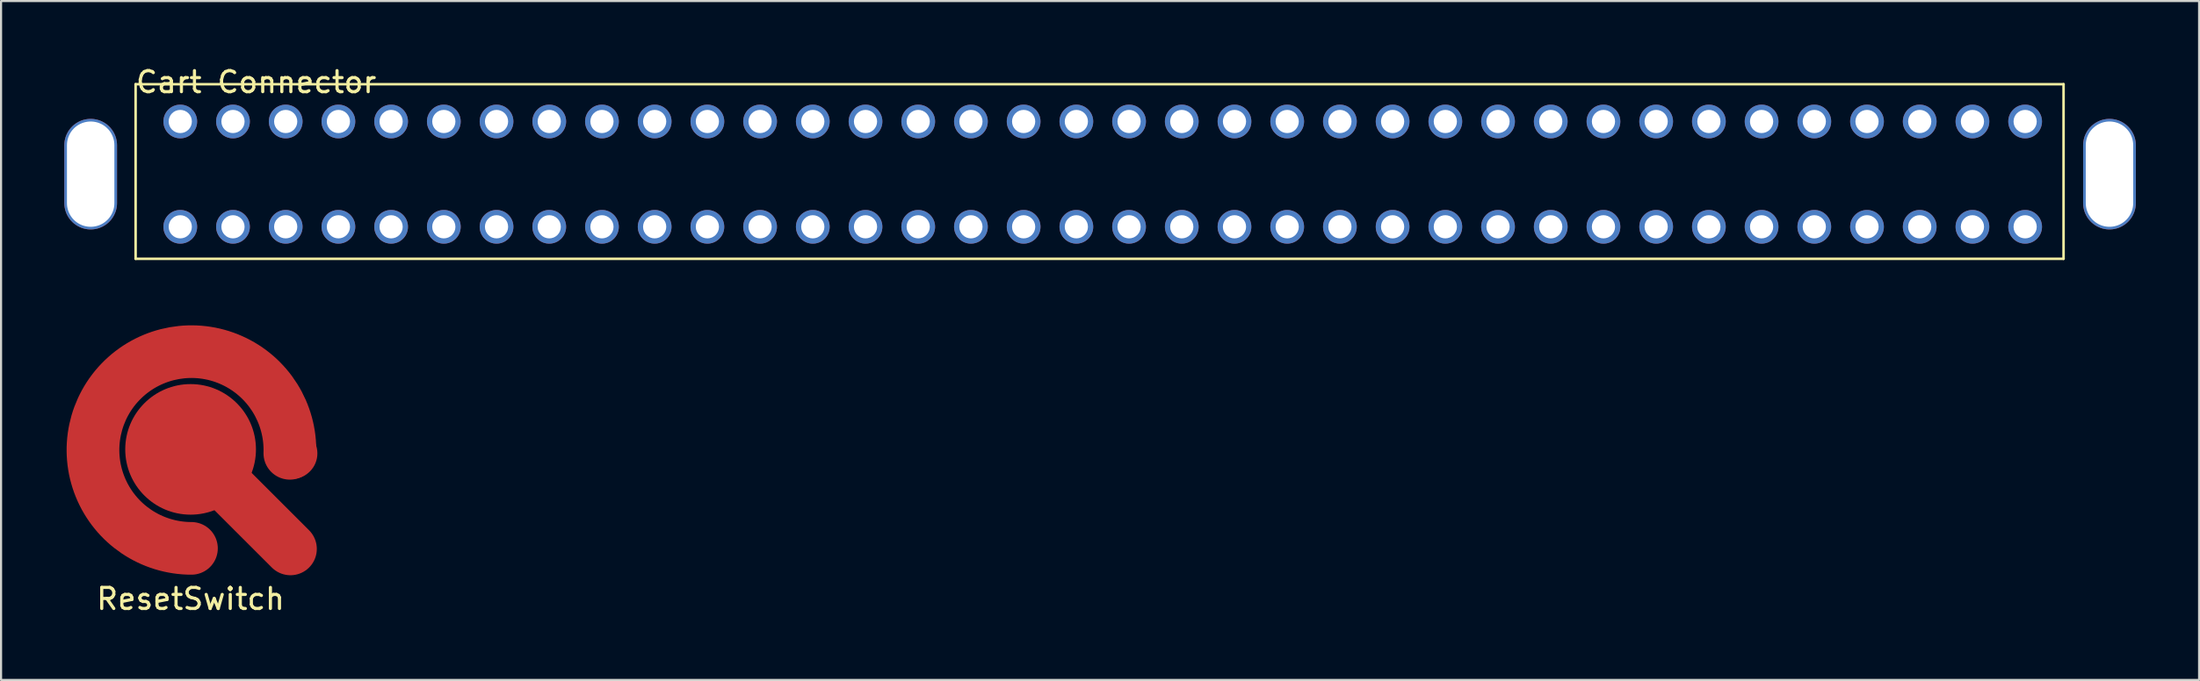
<source format=kicad_pcb>
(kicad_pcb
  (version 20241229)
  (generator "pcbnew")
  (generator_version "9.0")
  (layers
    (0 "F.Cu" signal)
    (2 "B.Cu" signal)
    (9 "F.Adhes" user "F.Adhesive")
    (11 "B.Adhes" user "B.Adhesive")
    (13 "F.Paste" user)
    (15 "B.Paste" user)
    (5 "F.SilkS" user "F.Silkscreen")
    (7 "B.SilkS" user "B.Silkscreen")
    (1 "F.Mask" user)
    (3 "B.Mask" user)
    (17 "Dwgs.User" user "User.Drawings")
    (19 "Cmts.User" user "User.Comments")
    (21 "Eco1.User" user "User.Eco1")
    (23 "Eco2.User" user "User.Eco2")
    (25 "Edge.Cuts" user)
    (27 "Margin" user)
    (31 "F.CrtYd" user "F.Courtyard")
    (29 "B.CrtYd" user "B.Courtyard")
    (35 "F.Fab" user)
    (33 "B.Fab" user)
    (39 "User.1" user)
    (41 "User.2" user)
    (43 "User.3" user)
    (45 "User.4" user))
  (footprint "Cart Connector"
    (layer "F.Cu")
    (at 5.5 7.719)
    (property "Reference" "Cart Connector" (at 3.602 -6.871 0) (layer "F.SilkS") (effects (font (size 1 1) (thickness 0.15))))
    (attr through_hole)
    (fp_line (start -2.118 -6.771) (end -2.118 1.519) (stroke (width 0.12) (type solid)) (layer "F.SilkS"))
    (fp_line (start -2.118 1.519) (end 89.322 1.519) (stroke (width 0.12) (type solid)) (layer "F.SilkS"))
    (fp_line (start 89.322 -6.771) (end -2.118 -6.771) (stroke (width 0.12) (type solid)) (layer "F.SilkS"))
    (fp_line (start 89.322 1.519) (end 89.322 -6.771) (stroke (width 0.12) (type solid)) (layer "F.SilkS"))
    (pad "1" thru_hole circle (at 0 -5) (size 1.6 1.6) (drill 1.1) (layers "*.Cu" "*.Mask"))
    (pad "2" thru_hole circle (at 2.5 -5) (size 1.6 1.6) (drill 1.1) (layers "*.Cu" "*.Mask"))
    (pad "3" thru_hole circle (at 5 -5) (size 1.6 1.6) (drill 1.1) (layers "*.Cu" "*.Mask"))
    (pad "4" thru_hole circle (at 7.5 -5) (size 1.6 1.6) (drill 1.1) (layers "*.Cu" "*.Mask"))
    (pad "5" thru_hole circle (at 10 -5) (size 1.6 1.6) (drill 1.1) (layers "*.Cu" "*.Mask"))
    (pad "6" thru_hole circle (at 12.5 -5) (size 1.6 1.6) (drill 1.1) (layers "*.Cu" "*.Mask"))
    (pad "7" thru_hole circle (at 15 -5) (size 1.6 1.6) (drill 1.1) (layers "*.Cu" "*.Mask"))
    (pad "8" thru_hole circle (at 17.5 -5) (size 1.6 1.6) (drill 1.1) (layers "*.Cu" "*.Mask"))
    (pad "9" thru_hole circle (at 20 -5) (size 1.6 1.6) (drill 1.1) (layers "*.Cu" "*.Mask"))
    (pad "10" thru_hole circle (at 22.5 -5) (size 1.6 1.6) (drill 1.1) (layers "*.Cu" "*.Mask"))
    (pad "11" thru_hole circle (at 25 -5) (size 1.6 1.6) (drill 1.1) (layers "*.Cu" "*.Mask"))
    (pad "12" thru_hole circle (at 27.5 -5) (size 1.6 1.6) (drill 1.1) (layers "*.Cu" "*.Mask"))
    (pad "13" thru_hole circle (at 30 -5) (size 1.6 1.6) (drill 1.1) (layers "*.Cu" "*.Mask"))
    (pad "14" thru_hole circle (at 32.5 -5) (size 1.6 1.6) (drill 1.1) (layers "*.Cu" "*.Mask"))
    (pad "15" thru_hole circle (at 35 -5) (size 1.6 1.6) (drill 1.1) (layers "*.Cu" "*.Mask"))
    (pad "16" thru_hole circle (at 37.5 -5) (size 1.6 1.6) (drill 1.1) (layers "*.Cu" "*.Mask"))
    (pad "17" thru_hole circle (at 40 -5) (size 1.6 1.6) (drill 1.1) (layers "*.Cu" "*.Mask"))
    (pad "18" thru_hole circle (at 42.5 -5) (size 1.6 1.6) (drill 1.1) (layers "*.Cu" "*.Mask"))
    (pad "19" thru_hole circle (at 45 -5) (size 1.6 1.6) (drill 1.1) (layers "*.Cu" "*.Mask"))
    (pad "20" thru_hole circle (at 47.5 -5) (size 1.6 1.6) (drill 1.1) (layers "*.Cu" "*.Mask"))
    (pad "21" thru_hole circle (at 50 -5) (size 1.6 1.6) (drill 1.1) (layers "*.Cu" "*.Mask"))
    (pad "22" thru_hole circle (at 52.5 -5) (size 1.6 1.6) (drill 1.1) (layers "*.Cu" "*.Mask"))
    (pad "23" thru_hole circle (at 55 -5) (size 1.6 1.6) (drill 1.1) (layers "*.Cu" "*.Mask"))
    (pad "24" thru_hole circle (at 57.5 -5) (size 1.6 1.6) (drill 1.1) (layers "*.Cu" "*.Mask"))
    (pad "25" thru_hole circle (at 60 -5) (size 1.6 1.6) (drill 1.1) (layers "*.Cu" "*.Mask"))
    (pad "26" thru_hole circle (at 62.5 -5) (size 1.6 1.6) (drill 1.1) (layers "*.Cu" "*.Mask"))
    (pad "27" thru_hole circle (at 65 -5) (size 1.6 1.6) (drill 1.1) (layers "*.Cu" "*.Mask"))
    (pad "28" thru_hole circle (at 67.5 -5) (size 1.6 1.6) (drill 1.1) (layers "*.Cu" "*.Mask"))
    (pad "29" thru_hole circle (at 70 -5) (size 1.6 1.6) (drill 1.1) (layers "*.Cu" "*.Mask"))
    (pad "30" thru_hole circle (at 72.5 -5) (size 1.6 1.6) (drill 1.1) (layers "*.Cu" "*.Mask"))
    (pad "31" thru_hole circle (at 75 -5) (size 1.6 1.6) (drill 1.1) (layers "*.Cu" "*.Mask"))
    (pad "32" thru_hole circle (at 77.5 -5) (size 1.6 1.6) (drill 1.1) (layers "*.Cu" "*.Mask"))
    (pad "33" thru_hole circle (at 80 -5) (size 1.6 1.6) (drill 1.1) (layers "*.Cu" "*.Mask"))
    (pad "34" thru_hole circle (at 82.5 -5) (size 1.6 1.6) (drill 1.1) (layers "*.Cu" "*.Mask"))
    (pad "35" thru_hole circle (at 85 -5) (size 1.6 1.6) (drill 1.1) (layers "*.Cu" "*.Mask"))
    (pad "36" thru_hole circle (at 87.5 -5) (size 1.6 1.6) (drill 1.1) (layers "*.Cu" "*.Mask"))
    (pad "37" thru_hole circle (at 0 0) (size 1.6 1.6) (drill 1.1) (layers "*.Cu" "*.Mask"))
    (pad "38" thru_hole circle (at 2.5 0) (size 1.6 1.6) (drill 1.1) (layers "*.Cu" "*.Mask"))
    (pad "39" thru_hole circle (at 5 0) (size 1.6 1.6) (drill 1.1) (layers "*.Cu" "*.Mask"))
    (pad "40" thru_hole circle (at 7.5 0) (size 1.6 1.6) (drill 1.1) (layers "*.Cu" "*.Mask"))
    (pad "41" thru_hole circle (at 10 0) (size 1.6 1.6) (drill 1.1) (layers "*.Cu" "*.Mask"))
    (pad "42" thru_hole circle (at 12.5 0) (size 1.6 1.6) (drill 1.1) (layers "*.Cu" "*.Mask"))
    (pad "43" thru_hole circle (at 15 0) (size 1.6 1.6) (drill 1.1) (layers "*.Cu" "*.Mask"))
    (pad "44" thru_hole circle (at 17.5 0) (size 1.6 1.6) (drill 1.1) (layers "*.Cu" "*.Mask"))
    (pad "45" thru_hole circle (at 20 0) (size 1.6 1.6) (drill 1.1) (layers "*.Cu" "*.Mask"))
    (pad "46" thru_hole circle (at 22.5 0) (size 1.6 1.6) (drill 1.1) (layers "*.Cu" "*.Mask"))
    (pad "47" thru_hole circle (at 25 0) (size 1.6 1.6) (drill 1.1) (layers "*.Cu" "*.Mask"))
    (pad "48" thru_hole circle (at 27.5 0) (size 1.6 1.6) (drill 1.1) (layers "*.Cu" "*.Mask"))
    (pad "49" thru_hole circle (at 30 0) (size 1.6 1.6) (drill 1.1) (layers "*.Cu" "*.Mask"))
    (pad "50" thru_hole circle (at 32.5 0) (size 1.6 1.6) (drill 1.1) (layers "*.Cu" "*.Mask"))
    (pad "51" thru_hole circle (at 35 0) (size 1.6 1.6) (drill 1.1) (layers "*.Cu" "*.Mask"))
    (pad "52" thru_hole circle (at 37.5 0) (size 1.6 1.6) (drill 1.1) (layers "*.Cu" "*.Mask"))
    (pad "53" thru_hole circle (at 40 0) (size 1.6 1.6) (drill 1.1) (layers "*.Cu" "*.Mask"))
    (pad "54" thru_hole circle (at 42.5 0) (size 1.6 1.6) (drill 1.1) (layers "*.Cu" "*.Mask"))
    (pad "55" thru_hole circle (at 45 0) (size 1.6 1.6) (drill 1.1) (layers "*.Cu" "*.Mask"))
    (pad "56" thru_hole circle (at 47.5 0) (size 1.6 1.6) (drill 1.1) (layers "*.Cu" "*.Mask"))
    (pad "57" thru_hole circle (at 50 0) (size 1.6 1.6) (drill 1.1) (layers "*.Cu" "*.Mask"))
    (pad "58" thru_hole circle (at 52.5 0) (size 1.6 1.6) (drill 1.1) (layers "*.Cu" "*.Mask"))
    (pad "59" thru_hole circle (at 55 0) (size 1.6 1.6) (drill 1.1) (layers "*.Cu" "*.Mask"))
    (pad "60" thru_hole circle (at 57.5 0) (size 1.6 1.6) (drill 1.1) (layers "*.Cu" "*.Mask"))
    (pad "61" thru_hole circle (at 60 0) (size 1.6 1.6) (drill 1.1) (layers "*.Cu" "*.Mask"))
    (pad "62" thru_hole circle (at 62.5 0) (size 1.6 1.6) (drill 1.1) (layers "*.Cu" "*.Mask"))
    (pad "63" thru_hole circle (at 65 0) (size 1.6 1.6) (drill 1.1) (layers "*.Cu" "*.Mask"))
    (pad "64" thru_hole circle (at 67.5 0) (size 1.6 1.6) (drill 1.1) (layers "*.Cu" "*.Mask"))
    (pad "65" thru_hole circle (at 70 0) (size 1.6 1.6) (drill 1.1) (layers "*.Cu" "*.Mask"))
    (pad "66" thru_hole circle (at 72.5 0) (size 1.6 1.6) (drill 1.1) (layers "*.Cu" "*.Mask"))
    (pad "67" thru_hole circle (at 75 0) (size 1.6 1.6) (drill 1.1) (layers "*.Cu" "*.Mask"))
    (pad "68" thru_hole circle (at 77.5 0) (size 1.6 1.6) (drill 1.1) (layers "*.Cu" "*.Mask"))
    (pad "69" thru_hole circle (at 80 0) (size 1.6 1.6) (drill 1.1) (layers "*.Cu" "*.Mask"))
    (pad "70" thru_hole circle (at 82.5 0) (size 1.6 1.6) (drill 1.1) (layers "*.Cu" "*.Mask"))
    (pad "71" thru_hole circle (at 85 0) (size 1.6 1.6) (drill 1.1) (layers "*.Cu" "*.Mask"))
    (pad "72" thru_hole circle (at 87.5 0) (size 1.6 1.6) (drill 1.1) (layers "*.Cu" "*.Mask"))
    (pad "73" thru_hole oval (at -4.25 -2.5) (size 2.5 5.25) (drill oval 2.25 5) (layers "*.Cu" "*.Mask"))
    (pad "73" thru_hole oval (at 91.5 -2.5) (size 2.5 5.25) (drill oval 2.25 5) (layers "*.Cu" "*.Mask")))
  (footprint "ResetSwitch"
    (layer "F.Cu")
    (at 5.99 18.288)
    (property "Reference" "ResetSwitch" (at 0 7.1 0) (layer "F.SilkS") (effects (font (size 1 1) (thickness 0.15))))
    (attr through_hole)
    (fp_line (start 0.04 0.03) (end 4.736 4.726) (stroke (width 2.5) (type default)) (layer "F.Cu"))
    (fp_arc (start 0.04 4.700152) (mid -3.206353 -3.327307) (end 4.707516 0.186891) (stroke (width 2.5) (type default)) (layer "F.Cu"))
    (fp_circle (center 0 0) (end 3 0) (stroke (width 0.2) (type solid)) (fill yes) (layer "F.Cu"))
    (fp_circle (center 0 0) (end 5.94 0) (stroke (width 0.1) (type solid)) (fill yes) (layer "F.Mask"))
    (pad "1" smd circle (at 4.736 4.726) (size 2.32 2.32) (layers "F.Cu" "F.Mask" "F.Paste"))
    (pad "2" smd circle (at 4.8 0.19) (size 2.427 2.427) (layers "F.Cu" "F.Mask" "F.Paste")))
  (gr_rect
    (start -3 -3)
    (end 101.25 29.236)
    (stroke (width 0.1) (type default))
    (fill no)
    (layer "Edge.Cuts")))
</source>
